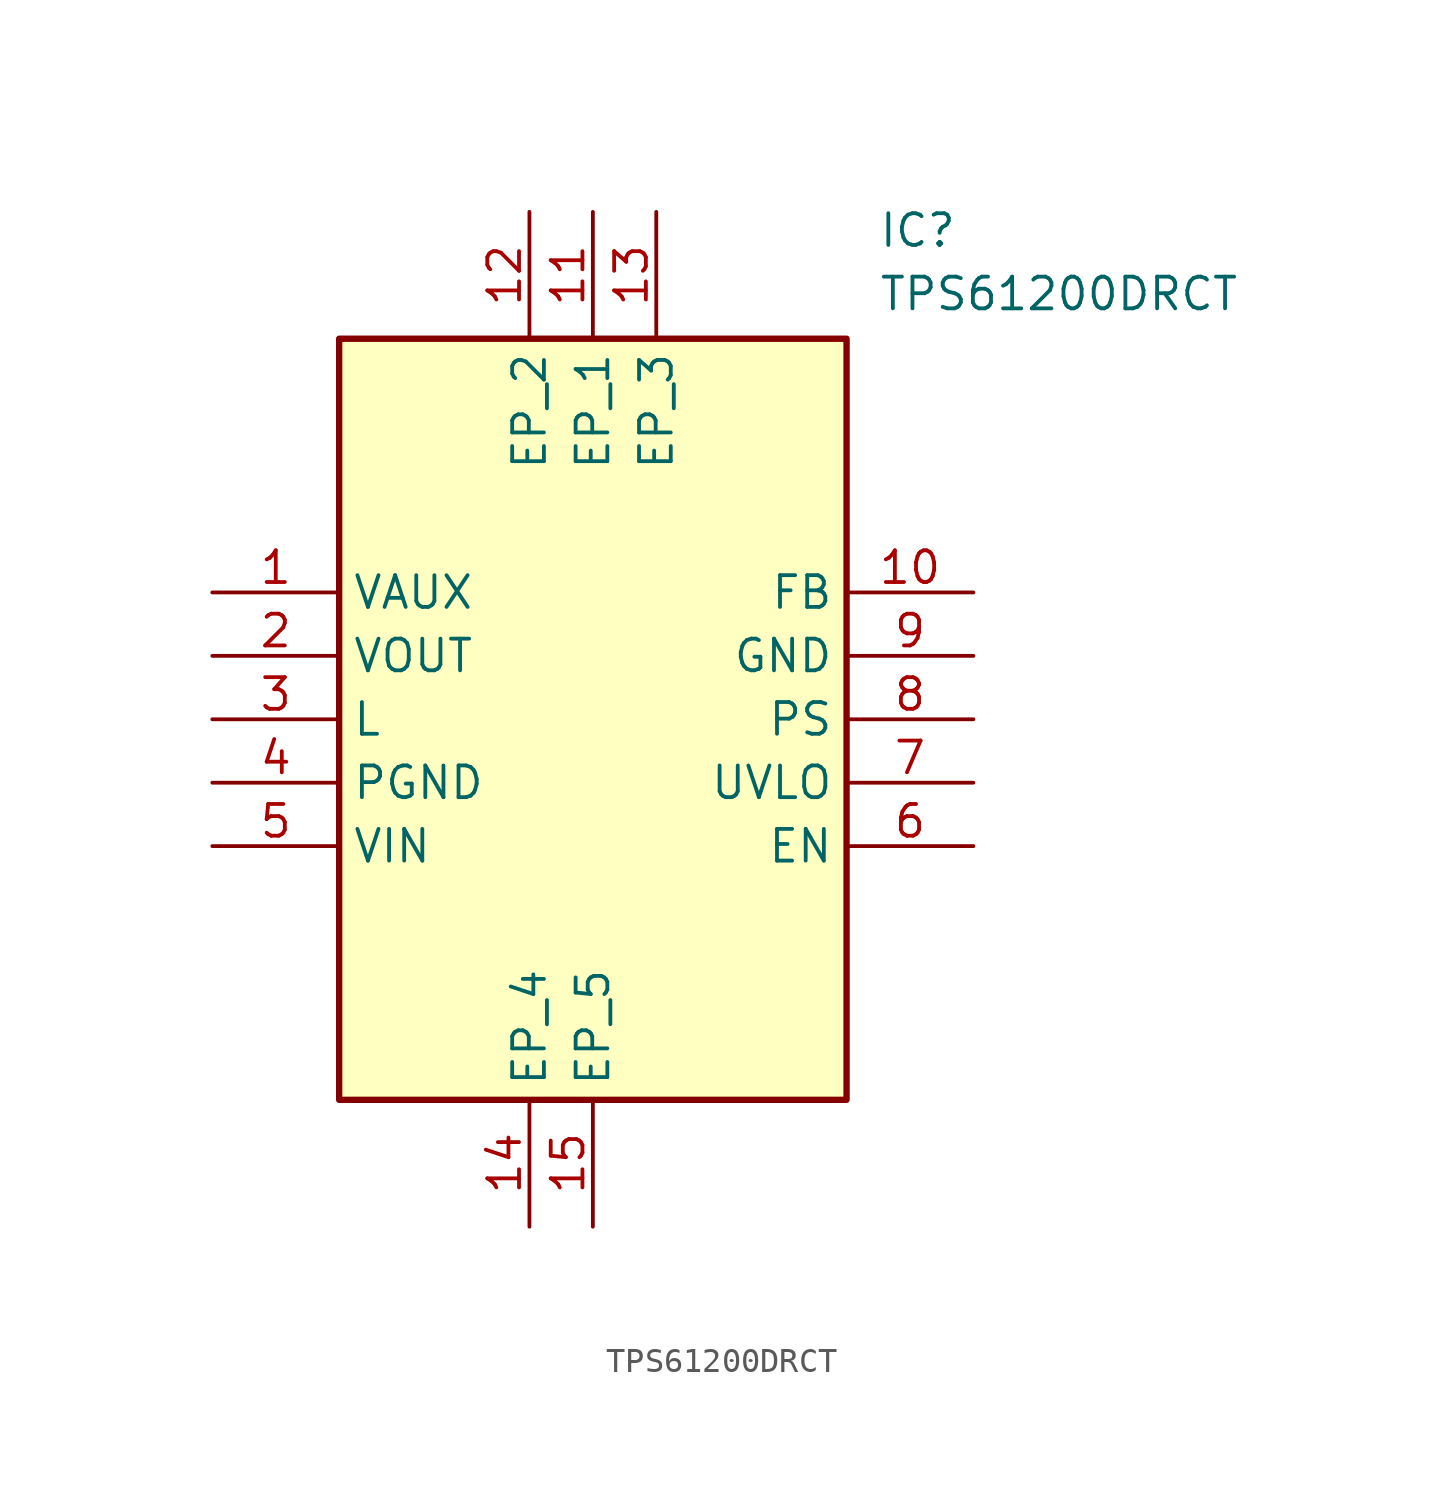
<source format=kicad_sym>
(kicad_symbol_lib
  (version 20211014)
  (generator SamacSys_ECAD_Model)
  (symbol "TPS61200DRCT"
    (property "Reference" "IC"
      (at 26.67 15.24 0)
      (effects (font (size 1.27 1.27)) (justify left top)))
    (property "Value" "TPS61200DRCT"
      (at 26.67 12.7 0)
      (effects (font (size 1.27 1.27)) (justify left top)))
    (rectangle
      (start 5.08 10.16)
      (end 25.4 -20.32)
      (stroke (width 0.254) (type default))
      (fill (type background)))
    (pin passive line
      (at 0 0 0)
      (length 5.08)
      (name "VAUX" (effects (font (size 1.27 1.27))))
      (number "1" (effects (font (size 1.27 1.27)))))
    (pin passive line
      (at 0 -2.54 0)
      (length 5.08)
      (name "VOUT" (effects (font (size 1.27 1.27))))
      (number "2" (effects (font (size 1.27 1.27)))))
    (pin passive line
      (at 0 -5.08 0)
      (length 5.08)
      (name "L" (effects (font (size 1.27 1.27))))
      (number "3" (effects (font (size 1.27 1.27)))))
    (pin passive line
      (at 0 -7.62 0)
      (length 5.08)
      (name "PGND" (effects (font (size 1.27 1.27))))
      (number "4" (effects (font (size 1.27 1.27)))))
    (pin passive line
      (at 0 -10.16 0)
      (length 5.08)
      (name "VIN" (effects (font (size 1.27 1.27))))
      (number "5" (effects (font (size 1.27 1.27)))))
    (pin passive line
      (at 30.48 -10.16 180)
      (length 5.08)
      (name "EN" (effects (font (size 1.27 1.27))))
      (number "6" (effects (font (size 1.27 1.27)))))
    (pin passive line
      (at 30.48 -7.62 180)
      (length 5.08)
      (name "UVLO" (effects (font (size 1.27 1.27))))
      (number "7" (effects (font (size 1.27 1.27)))))
    (pin passive line
      (at 30.48 -5.08 180)
      (length 5.08)
      (name "PS" (effects (font (size 1.27 1.27))))
      (number "8" (effects (font (size 1.27 1.27)))))
    (pin passive line
      (at 30.48 -2.54 180)
      (length 5.08)
      (name "GND" (effects (font (size 1.27 1.27))))
      (number "9" (effects (font (size 1.27 1.27)))))
    (pin passive line
      (at 30.48 0 180)
      (length 5.08)
      (name "FB" (effects (font (size 1.27 1.27))))
      (number "10" (effects (font (size 1.27 1.27)))))
    (pin passive line
      (at 15.24 15.24 270)
      (length 5.08)
      (name "EP_1" (effects (font (size 1.27 1.27))))
      (number "11" (effects (font (size 1.27 1.27)))))
    (pin passive line
      (at 12.7 15.24 270)
      (length 5.08)
      (name "EP_2" (effects (font (size 1.27 1.27))))
      (number "12" (effects (font (size 1.27 1.27)))))
    (pin passive line
      (at 17.78 15.24 270)
      (length 5.08)
      (name "EP_3" (effects (font (size 1.27 1.27))))
      (number "13" (effects (font (size 1.27 1.27)))))
    (pin passive line
      (at 12.7 -25.4 90)
      (length 5.08)
      (name "EP_4" (effects (font (size 1.27 1.27))))
      (number "14" (effects (font (size 1.27 1.27)))))
    (pin passive line
      (at 15.24 -25.4 90)
      (length 5.08)
      (name "EP_5" (effects (font (size 1.27 1.27))))
      (number "15" (effects (font (size 1.27 1.27)))))))
</source>
